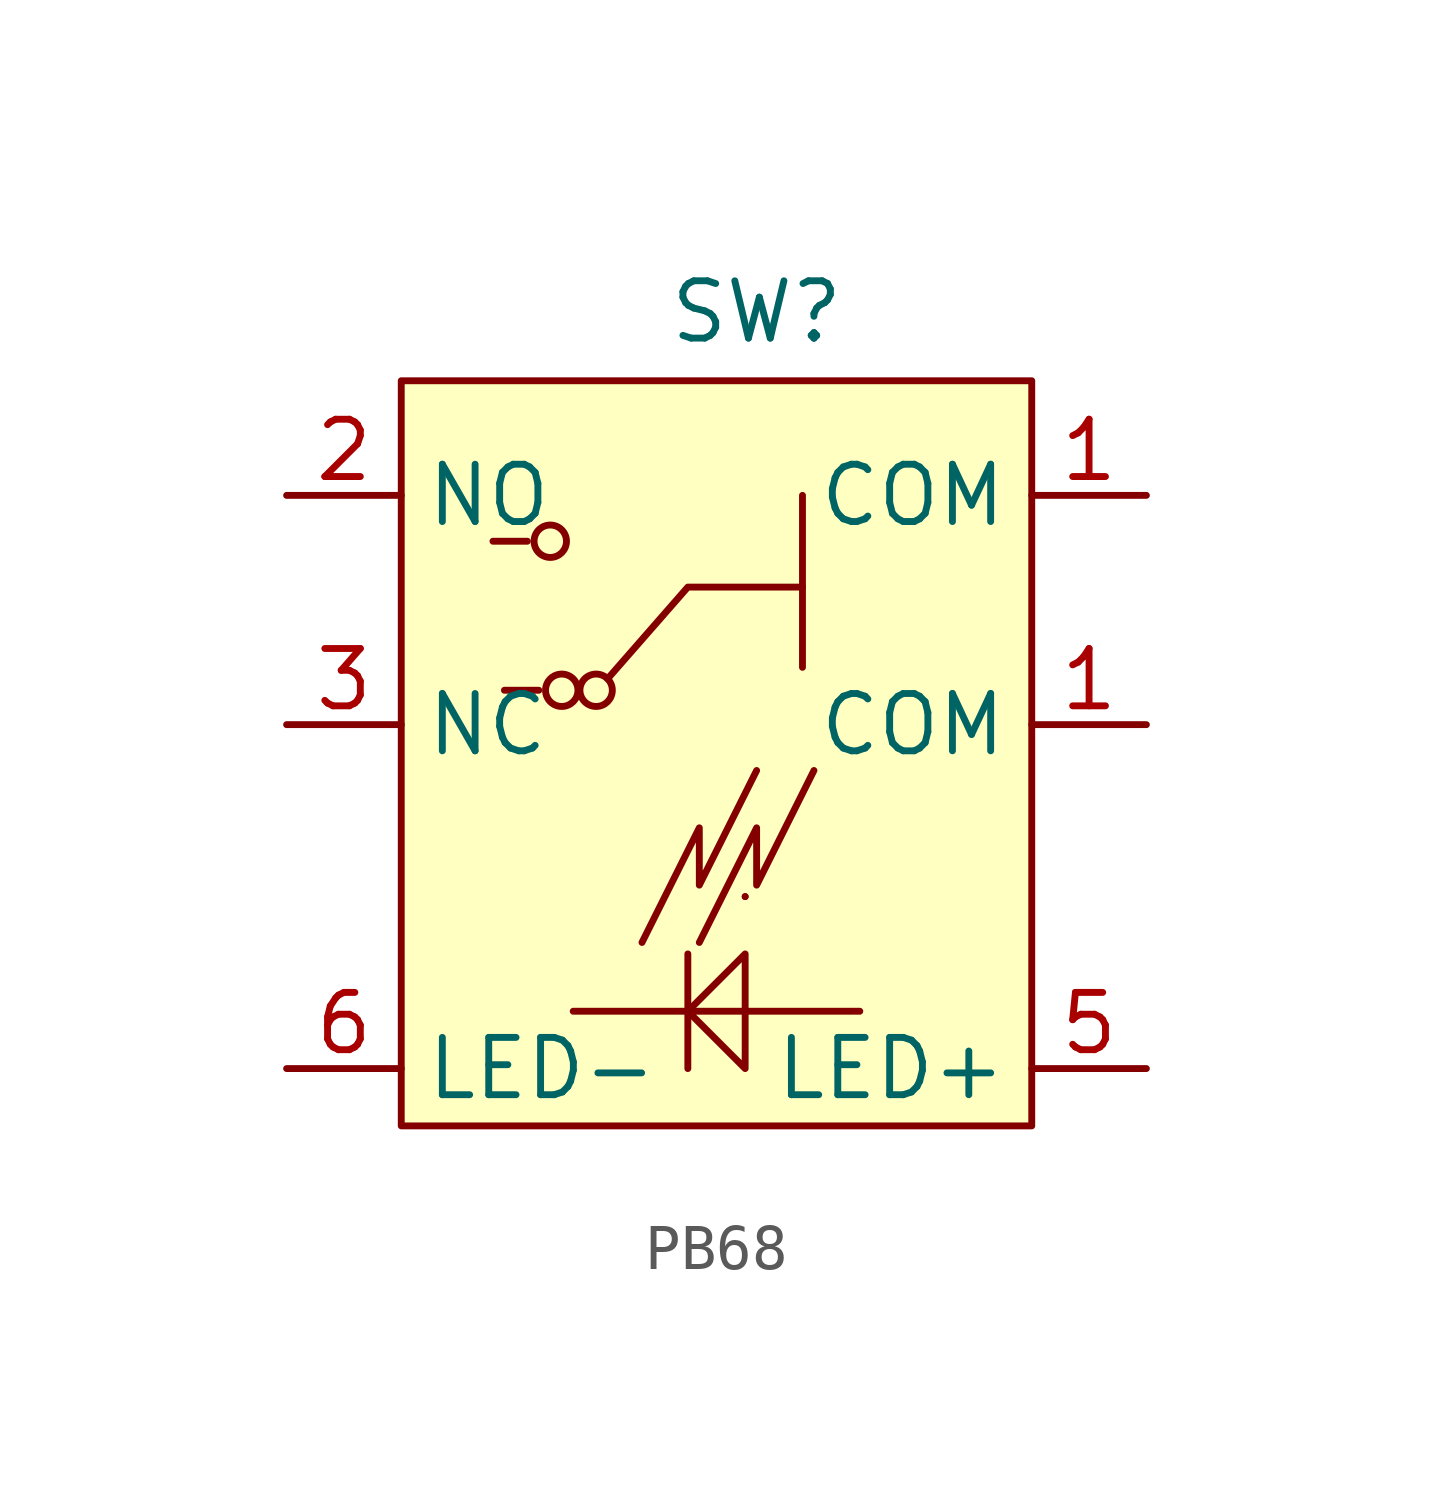
<source format=kicad_sym>
(kicad_symbol_lib
  (version 20231120)
  (generator "kicad_symbol_editor")
  (generator_version "8.0")
  (symbol "PB68"
    (property "Reference" "SW"
      (at 6.604 1.524 0)
      (effects (font (size 1.27 1.27))))
    (property "Value" ""
      (at 0 0 0)
      (effects (font (size 1.27 1.27))))
    (symbol "PB68_0_0"
      (pin power_in line (at 15.24 -7.62 180) (length 2.54) (name "COM" (effects (font (size 1.27 1.27)))) (number "1" (effects (font (size 1.27 1.27)))))
      (pin power_in line (at 15.24 -2.54 180) (length 2.54) (name "COM" (effects (font (size 1.27 1.27)))) (number "1" (effects (font (size 1.27 1.27)))))
      (pin output line (at -3.81 -2.54 0) (length 2.54) (name "NO" (effects (font (size 1.27 1.27)))) (number "2" (effects (font (size 1.27 1.27)))))
      (pin output line (at -3.81 -7.62 0) (length 2.54) (name "NC" (effects (font (size 1.27 1.27)))) (number "3" (effects (font (size 1.27 1.27)))))
      (pin input line (at 15.24 -15.24 180) (length 2.54) (name "LED+" (effects (font (size 1.27 1.27)))) (number "5" (effects (font (size 1.27 1.27)))))
      (pin power_in line (at -3.81 -15.24 0) (length 2.54) (name "LED-" (effects (font (size 1.27 1.27)))) (number "6" (effects (font (size 1.27 1.27))))))
    (symbol "PB68_0_1"
      (rectangle (start -1.27 0) (end 12.7 -16.51) (stroke (width 0) (type default)) (fill (type background)))
      (polyline (pts (xy 1.524 -3.556) (xy 0.762 -3.556)) (stroke (width 0) (type default)) (fill (type none)))
      (polyline (pts (xy 1.778 -6.858) (xy 1.016 -6.858)) (stroke (width 0) (type default)) (fill (type none)))
      (polyline (pts (xy 5.08 -15.24) (xy 5.08 -12.7)) (stroke (width 0) (type default)) (fill (type none)))
      (polyline (pts (xy 6.35 -11.43) (xy 6.35 -11.43)) (stroke (width 0) (type default)) (fill (type none)))
      (polyline (pts (xy 6.35 -11.43) (xy 6.35 -11.43)) (stroke (width 0) (type default)) (fill (type none)))
      (polyline (pts (xy 7.62 -2.54) (xy 7.62 -6.35)) (stroke (width 0) (type default)) (fill (type none)))
      (polyline (pts (xy 8.89 -13.97) (xy 2.54 -13.97)) (stroke (width 0) (type default)) (fill (type none)))
      (polyline (pts (xy 7.62 -4.572) (xy 5.08 -4.572) (xy 3.302 -6.604)) (stroke (width 0) (type default)) (fill (type none)))
      (polyline (pts (xy 4.064 -12.446) (xy 5.334 -9.906) (xy 5.334 -11.176) (xy 6.604 -8.636)) (stroke (width 0) (type default)) (fill (type none)))
      (polyline (pts (xy 5.08 -13.97) (xy 6.35 -12.7) (xy 6.35 -15.24) (xy 5.08 -13.97)) (stroke (width 0) (type default)) (fill (type none)))
      (polyline (pts (xy 5.334 -12.446) (xy 6.604 -9.906) (xy 6.604 -11.176) (xy 7.874 -8.636)) (stroke (width 0) (type default)) (fill (type none)))
      (circle (center 2.032 -3.556) (radius 0.359) (stroke (width 0) (type default)) (fill (type none)))
      (circle (center 2.286 -6.858) (radius 0.359) (stroke (width 0) (type default)) (fill (type none)))
      (circle (center 3.048 -6.858) (radius 0.359) (stroke (width 0) (type default)) (fill (type none))))))
</source>
